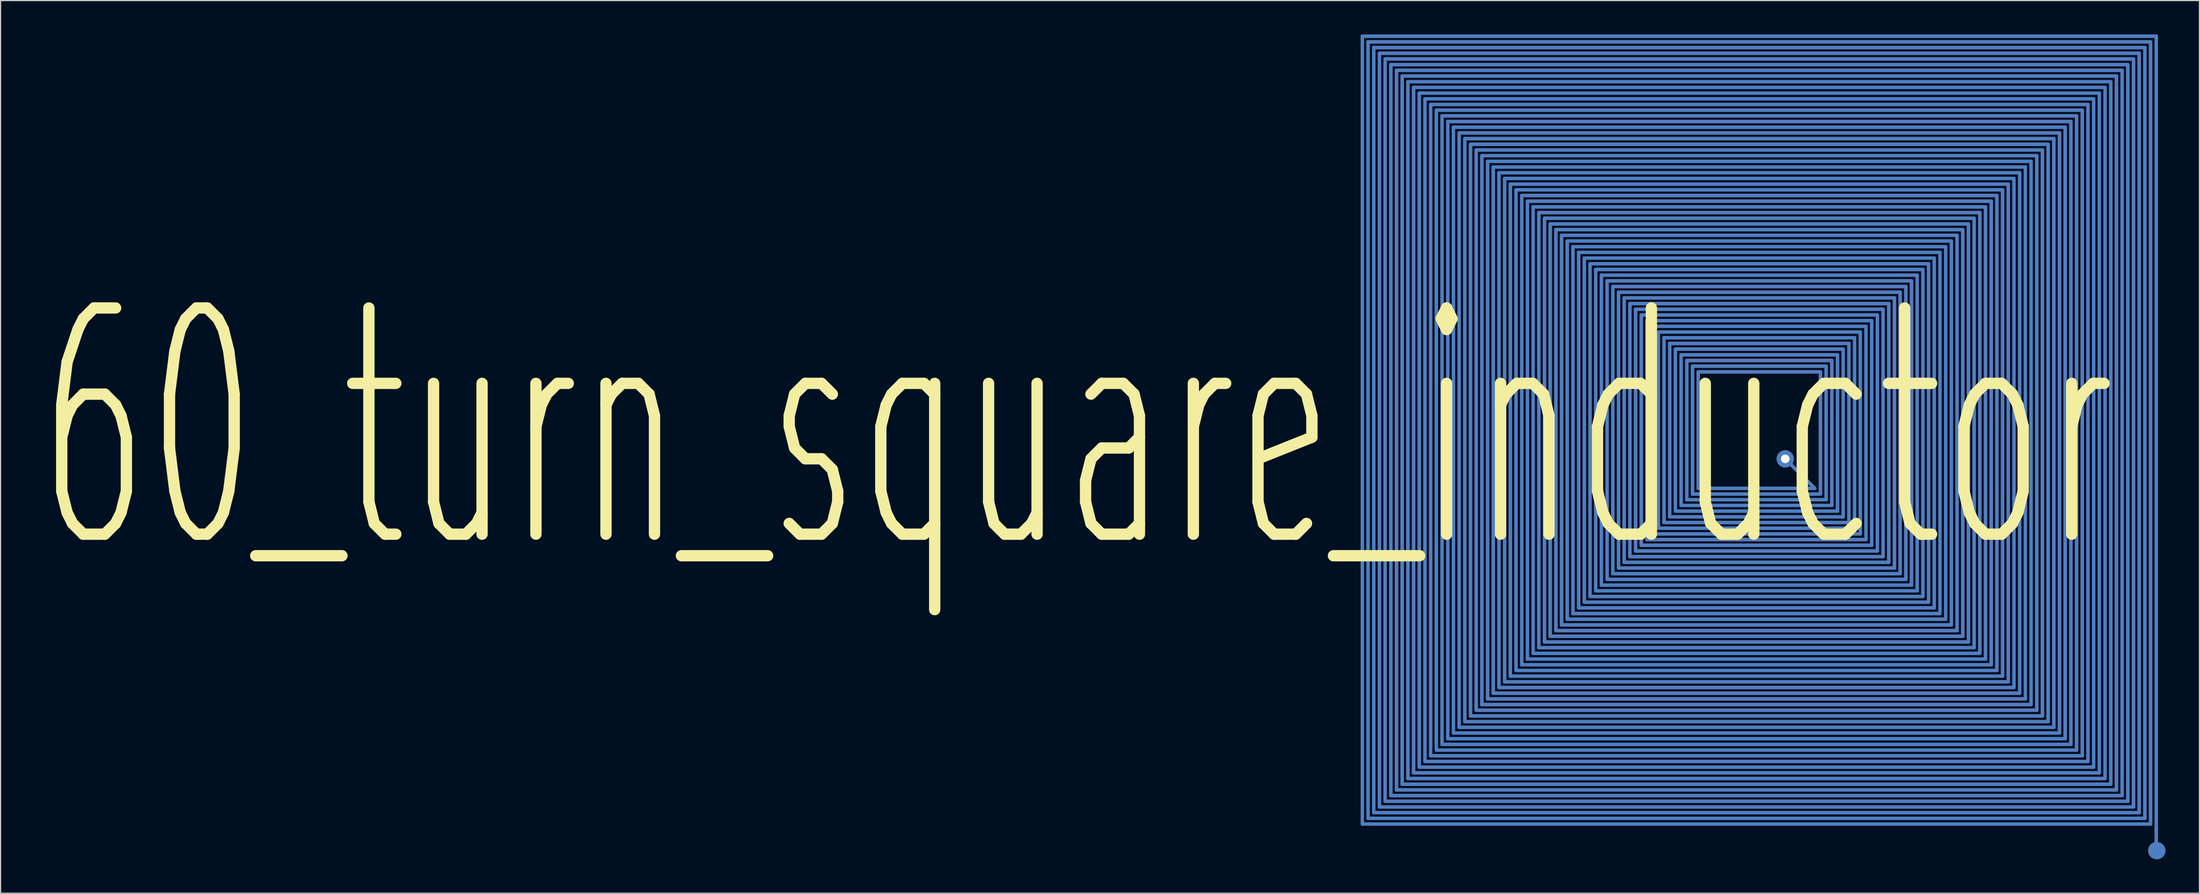
<source format=kicad_pcb>
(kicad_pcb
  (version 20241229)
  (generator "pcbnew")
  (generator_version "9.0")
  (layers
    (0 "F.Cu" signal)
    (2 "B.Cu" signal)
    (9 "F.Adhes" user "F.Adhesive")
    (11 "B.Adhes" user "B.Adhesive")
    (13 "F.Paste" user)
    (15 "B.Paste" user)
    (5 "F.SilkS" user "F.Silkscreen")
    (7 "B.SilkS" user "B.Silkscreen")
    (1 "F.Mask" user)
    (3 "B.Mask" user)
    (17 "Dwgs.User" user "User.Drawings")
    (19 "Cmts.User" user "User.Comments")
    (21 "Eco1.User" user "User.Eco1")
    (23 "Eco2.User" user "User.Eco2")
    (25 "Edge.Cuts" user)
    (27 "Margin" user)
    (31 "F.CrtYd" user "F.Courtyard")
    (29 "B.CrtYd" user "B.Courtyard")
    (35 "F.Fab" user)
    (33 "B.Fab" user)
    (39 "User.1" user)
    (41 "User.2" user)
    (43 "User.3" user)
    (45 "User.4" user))
  (footprint "60_turn_square_inductor"
    (layer "F.Cu")
    (at 152.167 34.977)
    (property "Reference" "60_turn_square_inductor" (at -60 0 0) (layer "F.SilkS") (effects (font (size 20 10) (thickness 1))))
    (fp_line (start -34.827 -34.827) (end 35.33 -34.827) (stroke (width 0.3) (type solid)) (layer "F.Cu"))
    (fp_line (start -34.827 34.827) (end -34.827 -34.827) (stroke (width 0.3) (type solid)) (layer "F.Cu"))
    (fp_line (start -34.324 -34.324) (end 34.827 -34.324) (stroke (width 0.3) (type solid)) (layer "F.Cu"))
    (fp_line (start -34.324 34.324) (end -34.324 -34.324) (stroke (width 0.3) (type solid)) (layer "F.Cu"))
    (fp_line (start -33.821 -33.821) (end 34.324 -33.821) (stroke (width 0.3) (type solid)) (layer "F.Cu"))
    (fp_line (start -33.821 33.821) (end -33.821 -33.821) (stroke (width 0.3) (type solid)) (layer "F.Cu"))
    (fp_line (start -33.318 -33.318) (end 33.821 -33.318) (stroke (width 0.3) (type solid)) (layer "F.Cu"))
    (fp_line (start -33.318 33.318) (end -33.318 -33.318) (stroke (width 0.3) (type solid)) (layer "F.Cu"))
    (fp_line (start -32.815 -32.815) (end 33.318 -32.815) (stroke (width 0.3) (type solid)) (layer "F.Cu"))
    (fp_line (start -32.815 32.815) (end -32.815 -32.815) (stroke (width 0.3) (type solid)) (layer "F.Cu"))
    (fp_line (start -32.312 -32.312) (end 32.815 -32.312) (stroke (width 0.3) (type solid)) (layer "F.Cu"))
    (fp_line (start -32.312 32.312) (end -32.312 -32.312) (stroke (width 0.3) (type solid)) (layer "F.Cu"))
    (fp_line (start -31.809 -31.809) (end 32.312 -31.809) (stroke (width 0.3) (type solid)) (layer "F.Cu"))
    (fp_line (start -31.809 31.809) (end -31.809 -31.809) (stroke (width 0.3) (type solid)) (layer "F.Cu"))
    (fp_line (start -31.306 -31.306) (end 31.809 -31.306) (stroke (width 0.3) (type solid)) (layer "F.Cu"))
    (fp_line (start -31.306 31.306) (end -31.306 -31.306) (stroke (width 0.3) (type solid)) (layer "F.Cu"))
    (fp_line (start -30.803 -30.803) (end 31.306 -30.803) (stroke (width 0.3) (type solid)) (layer "F.Cu"))
    (fp_line (start -30.803 30.803) (end -30.803 -30.803) (stroke (width 0.3) (type solid)) (layer "F.Cu"))
    (fp_line (start -30.3 -30.3) (end 30.803 -30.3) (stroke (width 0.3) (type solid)) (layer "F.Cu"))
    (fp_line (start -30.3 30.3) (end -30.3 -30.3) (stroke (width 0.3) (type solid)) (layer "F.Cu"))
    (fp_line (start -29.797 -29.797) (end 30.3 -29.797) (stroke (width 0.3) (type solid)) (layer "F.Cu"))
    (fp_line (start -29.797 29.797) (end -29.797 -29.797) (stroke (width 0.3) (type solid)) (layer "F.Cu"))
    (fp_line (start -29.294 -29.294) (end 29.797 -29.294) (stroke (width 0.3) (type solid)) (layer "F.Cu"))
    (fp_line (start -29.294 29.294) (end -29.294 -29.294) (stroke (width 0.3) (type solid)) (layer "F.Cu"))
    (fp_line (start -28.791 -28.791) (end 29.294 -28.791) (stroke (width 0.3) (type solid)) (layer "F.Cu"))
    (fp_line (start -28.791 28.791) (end -28.791 -28.791) (stroke (width 0.3) (type solid)) (layer "F.Cu"))
    (fp_line (start -28.288 -28.288) (end 28.791 -28.288) (stroke (width 0.3) (type solid)) (layer "F.Cu"))
    (fp_line (start -28.288 28.288) (end -28.288 -28.288) (stroke (width 0.3) (type solid)) (layer "F.Cu"))
    (fp_line (start -27.785 -27.785) (end 28.288 -27.785) (stroke (width 0.3) (type solid)) (layer "F.Cu"))
    (fp_line (start -27.785 27.785) (end -27.785 -27.785) (stroke (width 0.3) (type solid)) (layer "F.Cu"))
    (fp_line (start -27.282 -27.282) (end 27.785 -27.282) (stroke (width 0.3) (type solid)) (layer "F.Cu"))
    (fp_line (start -27.282 27.282) (end -27.282 -27.282) (stroke (width 0.3) (type solid)) (layer "F.Cu"))
    (fp_line (start -26.779 -26.779) (end 27.282 -26.779) (stroke (width 0.3) (type solid)) (layer "F.Cu"))
    (fp_line (start -26.779 26.779) (end -26.779 -26.779) (stroke (width 0.3) (type solid)) (layer "F.Cu"))
    (fp_line (start -26.276 -26.276) (end 26.779 -26.276) (stroke (width 0.3) (type solid)) (layer "F.Cu"))
    (fp_line (start -26.276 26.276) (end -26.276 -26.276) (stroke (width 0.3) (type solid)) (layer "F.Cu"))
    (fp_line (start -25.773 -25.773) (end 26.276 -25.773) (stroke (width 0.3) (type solid)) (layer "F.Cu"))
    (fp_line (start -25.773 25.773) (end -25.773 -25.773) (stroke (width 0.3) (type solid)) (layer "F.Cu"))
    (fp_line (start -25.27 -25.27) (end 25.773 -25.27) (stroke (width 0.3) (type solid)) (layer "F.Cu"))
    (fp_line (start -25.27 25.27) (end -25.27 -25.27) (stroke (width 0.3) (type solid)) (layer "F.Cu"))
    (fp_line (start -24.767 -24.767) (end 25.27 -24.767) (stroke (width 0.3) (type solid)) (layer "F.Cu"))
    (fp_line (start -24.767 24.767) (end -24.767 -24.767) (stroke (width 0.3) (type solid)) (layer "F.Cu"))
    (fp_line (start -24.264 -24.264) (end 24.767 -24.264) (stroke (width 0.3) (type solid)) (layer "F.Cu"))
    (fp_line (start -24.264 24.264) (end -24.264 -24.264) (stroke (width 0.3) (type solid)) (layer "F.Cu"))
    (fp_line (start -23.761 -23.761) (end 24.264 -23.761) (stroke (width 0.3) (type solid)) (layer "F.Cu"))
    (fp_line (start -23.761 23.761) (end -23.761 -23.761) (stroke (width 0.3) (type solid)) (layer "F.Cu"))
    (fp_line (start -23.258 -23.258) (end 23.761 -23.258) (stroke (width 0.3) (type solid)) (layer "F.Cu"))
    (fp_line (start -23.258 23.258) (end -23.258 -23.258) (stroke (width 0.3) (type solid)) (layer "F.Cu"))
    (fp_line (start -22.755 -22.755) (end 23.258 -22.755) (stroke (width 0.3) (type solid)) (layer "F.Cu"))
    (fp_line (start -22.755 22.755) (end -22.755 -22.755) (stroke (width 0.3) (type solid)) (layer "F.Cu"))
    (fp_line (start -22.252 -22.252) (end 22.755 -22.252) (stroke (width 0.3) (type solid)) (layer "F.Cu"))
    (fp_line (start -22.252 22.252) (end -22.252 -22.252) (stroke (width 0.3) (type solid)) (layer "F.Cu"))
    (fp_line (start -21.749 -21.749) (end 22.252 -21.749) (stroke (width 0.3) (type solid)) (layer "F.Cu"))
    (fp_line (start -21.749 21.749) (end -21.749 -21.749) (stroke (width 0.3) (type solid)) (layer "F.Cu"))
    (fp_line (start -21.246 -21.246) (end 21.749 -21.246) (stroke (width 0.3) (type solid)) (layer "F.Cu"))
    (fp_line (start -21.246 21.246) (end -21.246 -21.246) (stroke (width 0.3) (type solid)) (layer "F.Cu"))
    (fp_line (start -20.743 -20.743) (end 21.246 -20.743) (stroke (width 0.3) (type solid)) (layer "F.Cu"))
    (fp_line (start -20.743 20.743) (end -20.743 -20.743) (stroke (width 0.3) (type solid)) (layer "F.Cu"))
    (fp_line (start -20.24 -20.24) (end 20.743 -20.24) (stroke (width 0.3) (type solid)) (layer "F.Cu"))
    (fp_line (start -20.24 20.24) (end -20.24 -20.24) (stroke (width 0.3) (type solid)) (layer "F.Cu"))
    (fp_line (start -19.737 -19.737) (end 20.24 -19.737) (stroke (width 0.3) (type solid)) (layer "F.Cu"))
    (fp_line (start -19.737 19.737) (end -19.737 -19.737) (stroke (width 0.3) (type solid)) (layer "F.Cu"))
    (fp_line (start -19.234 -19.234) (end 19.737 -19.234) (stroke (width 0.3) (type solid)) (layer "F.Cu"))
    (fp_line (start -19.234 19.234) (end -19.234 -19.234) (stroke (width 0.3) (type solid)) (layer "F.Cu"))
    (fp_line (start -18.731 -18.731) (end 19.234 -18.731) (stroke (width 0.3) (type solid)) (layer "F.Cu"))
    (fp_line (start -18.731 18.731) (end -18.731 -18.731) (stroke (width 0.3) (type solid)) (layer "F.Cu"))
    (fp_line (start -18.228 -18.228) (end 18.731 -18.228) (stroke (width 0.3) (type solid)) (layer "F.Cu"))
    (fp_line (start -18.228 18.228) (end -18.228 -18.228) (stroke (width 0.3) (type solid)) (layer "F.Cu"))
    (fp_line (start -17.725 -17.725) (end 18.228 -17.725) (stroke (width 0.3) (type solid)) (layer "F.Cu"))
    (fp_line (start -17.725 17.725) (end -17.725 -17.725) (stroke (width 0.3) (type solid)) (layer "F.Cu"))
    (fp_line (start -17.222 -17.222) (end 17.725 -17.222) (stroke (width 0.3) (type solid)) (layer "F.Cu"))
    (fp_line (start -17.222 17.222) (end -17.222 -17.222) (stroke (width 0.3) (type solid)) (layer "F.Cu"))
    (fp_line (start -16.719 -16.719) (end 17.222 -16.719) (stroke (width 0.3) (type solid)) (layer "F.Cu"))
    (fp_line (start -16.719 16.719) (end -16.719 -16.719) (stroke (width 0.3) (type solid)) (layer "F.Cu"))
    (fp_line (start -16.216 -16.216) (end 16.719 -16.216) (stroke (width 0.3) (type solid)) (layer "F.Cu"))
    (fp_line (start -16.216 16.216) (end -16.216 -16.216) (stroke (width 0.3) (type solid)) (layer "F.Cu"))
    (fp_line (start -15.713 -15.713) (end 16.216 -15.713) (stroke (width 0.3) (type solid)) (layer "F.Cu"))
    (fp_line (start -15.713 15.713) (end -15.713 -15.713) (stroke (width 0.3) (type solid)) (layer "F.Cu"))
    (fp_line (start -15.21 -15.21) (end 15.713 -15.21) (stroke (width 0.3) (type solid)) (layer "F.Cu"))
    (fp_line (start -15.21 15.21) (end -15.21 -15.21) (stroke (width 0.3) (type solid)) (layer "F.Cu"))
    (fp_line (start -14.707 -14.707) (end 15.21 -14.707) (stroke (width 0.3) (type solid)) (layer "F.Cu"))
    (fp_line (start -14.707 14.707) (end -14.707 -14.707) (stroke (width 0.3) (type solid)) (layer "F.Cu"))
    (fp_line (start -14.204 -14.204) (end 14.707 -14.204) (stroke (width 0.3) (type solid)) (layer "F.Cu"))
    (fp_line (start -14.204 14.204) (end -14.204 -14.204) (stroke (width 0.3) (type solid)) (layer "F.Cu"))
    (fp_line (start -13.701 -13.701) (end 14.204 -13.701) (stroke (width 0.3) (type solid)) (layer "F.Cu"))
    (fp_line (start -13.701 13.701) (end -13.701 -13.701) (stroke (width 0.3) (type solid)) (layer "F.Cu"))
    (fp_line (start -13.198 -13.198) (end 13.701 -13.198) (stroke (width 0.3) (type solid)) (layer "F.Cu"))
    (fp_line (start -13.198 13.198) (end -13.198 -13.198) (stroke (width 0.3) (type solid)) (layer "F.Cu"))
    (fp_line (start -12.695 -12.695) (end 13.198 -12.695) (stroke (width 0.3) (type solid)) (layer "F.Cu"))
    (fp_line (start -12.695 12.695) (end -12.695 -12.695) (stroke (width 0.3) (type solid)) (layer "F.Cu"))
    (fp_line (start -12.192 -12.192) (end 12.695 -12.192) (stroke (width 0.3) (type solid)) (layer "F.Cu"))
    (fp_line (start -12.192 12.192) (end -12.192 -12.192) (stroke (width 0.3) (type solid)) (layer "F.Cu"))
    (fp_line (start -11.689 -11.689) (end 12.192 -11.689) (stroke (width 0.3) (type solid)) (layer "F.Cu"))
    (fp_line (start -11.689 11.689) (end -11.689 -11.689) (stroke (width 0.3) (type solid)) (layer "F.Cu"))
    (fp_line (start -11.186 -11.186) (end 11.689 -11.186) (stroke (width 0.3) (type solid)) (layer "F.Cu"))
    (fp_line (start -11.186 11.186) (end -11.186 -11.186) (stroke (width 0.3) (type solid)) (layer "F.Cu"))
    (fp_line (start -10.683 -10.683) (end 11.186 -10.683) (stroke (width 0.3) (type solid)) (layer "F.Cu"))
    (fp_line (start -10.683 10.683) (end -10.683 -10.683) (stroke (width 0.3) (type solid)) (layer "F.Cu"))
    (fp_line (start -10.18 -10.18) (end 10.683 -10.18) (stroke (width 0.3) (type solid)) (layer "F.Cu"))
    (fp_line (start -10.18 10.18) (end -10.18 -10.18) (stroke (width 0.3) (type solid)) (layer "F.Cu"))
    (fp_line (start -9.677 -9.677) (end 10.18 -9.677) (stroke (width 0.3) (type solid)) (layer "F.Cu"))
    (fp_line (start -9.677 9.677) (end -9.677 -9.677) (stroke (width 0.3) (type solid)) (layer "F.Cu"))
    (fp_line (start -9.174 -9.174) (end 9.677 -9.174) (stroke (width 0.3) (type solid)) (layer "F.Cu"))
    (fp_line (start -9.174 9.174) (end -9.174 -9.174) (stroke (width 0.3) (type solid)) (layer "F.Cu"))
    (fp_line (start -8.671 -8.671) (end 9.174 -8.671) (stroke (width 0.3) (type solid)) (layer "F.Cu"))
    (fp_line (start -8.671 8.671) (end -8.671 -8.671) (stroke (width 0.3) (type solid)) (layer "F.Cu"))
    (fp_line (start -8.168 -8.168) (end 8.671 -8.168) (stroke (width 0.3) (type solid)) (layer "F.Cu"))
    (fp_line (start -8.168 8.168) (end -8.168 -8.168) (stroke (width 0.3) (type solid)) (layer "F.Cu"))
    (fp_line (start -7.665 -7.665) (end 8.168 -7.665) (stroke (width 0.3) (type solid)) (layer "F.Cu"))
    (fp_line (start -7.665 7.665) (end -7.665 -7.665) (stroke (width 0.3) (type solid)) (layer "F.Cu"))
    (fp_line (start -7.162 -7.162) (end 7.665 -7.162) (stroke (width 0.3) (type solid)) (layer "F.Cu"))
    (fp_line (start -7.162 7.162) (end -7.162 -7.162) (stroke (width 0.3) (type solid)) (layer "F.Cu"))
    (fp_line (start -6.659 -6.659) (end 7.162 -6.659) (stroke (width 0.3) (type solid)) (layer "F.Cu"))
    (fp_line (start -6.659 6.659) (end -6.659 -6.659) (stroke (width 0.3) (type solid)) (layer "F.Cu"))
    (fp_line (start -6.156 -6.156) (end 6.659 -6.156) (stroke (width 0.3) (type solid)) (layer "F.Cu"))
    (fp_line (start -6.156 6.156) (end -6.156 -6.156) (stroke (width 0.3) (type solid)) (layer "F.Cu"))
    (fp_line (start -5.653 -5.653) (end 6.156 -5.653) (stroke (width 0.3) (type solid)) (layer "F.Cu"))
    (fp_line (start -5.653 5.653) (end -5.653 -5.653) (stroke (width 0.3) (type solid)) (layer "F.Cu"))
    (fp_line (start -5.15 -5.15) (end 5.653 -5.15) (stroke (width 0.3) (type solid)) (layer "F.Cu"))
    (fp_line (start -5.15 5.15) (end -5.15 -5.15) (stroke (width 0.3) (type solid)) (layer "F.Cu"))
    (fp_line (start 2.54 2.54) (end 5.15 5.15) (stroke (width 0.3) (type solid)) (layer "F.Cu"))
    (fp_line (start 5.15 5.15) (end -5.15 5.15) (stroke (width 0.3) (type solid)) (layer "F.Cu"))
    (fp_line (start 5.653 -5.15) (end 5.653 5.653) (stroke (width 0.3) (type solid)) (layer "F.Cu"))
    (fp_line (start 5.653 5.653) (end -5.653 5.653) (stroke (width 0.3) (type solid)) (layer "F.Cu"))
    (fp_line (start 6.156 -5.653) (end 6.156 6.156) (stroke (width 0.3) (type solid)) (layer "F.Cu"))
    (fp_line (start 6.156 6.156) (end -6.156 6.156) (stroke (width 0.3) (type solid)) (layer "F.Cu"))
    (fp_line (start 6.659 -6.156) (end 6.659 6.659) (stroke (width 0.3) (type solid)) (layer "F.Cu"))
    (fp_line (start 6.659 6.659) (end -6.659 6.659) (stroke (width 0.3) (type solid)) (layer "F.Cu"))
    (fp_line (start 7.162 -6.659) (end 7.162 7.162) (stroke (width 0.3) (type solid)) (layer "F.Cu"))
    (fp_line (start 7.162 7.162) (end -7.162 7.162) (stroke (width 0.3) (type solid)) (layer "F.Cu"))
    (fp_line (start 7.665 -7.162) (end 7.665 7.665) (stroke (width 0.3) (type solid)) (layer "F.Cu"))
    (fp_line (start 7.665 7.665) (end -7.665 7.665) (stroke (width 0.3) (type solid)) (layer "F.Cu"))
    (fp_line (start 8.168 -7.665) (end 8.168 8.168) (stroke (width 0.3) (type solid)) (layer "F.Cu"))
    (fp_line (start 8.168 8.168) (end -8.168 8.168) (stroke (width 0.3) (type solid)) (layer "F.Cu"))
    (fp_line (start 8.671 -8.168) (end 8.671 8.671) (stroke (width 0.3) (type solid)) (layer "F.Cu"))
    (fp_line (start 8.671 8.671) (end -8.671 8.671) (stroke (width 0.3) (type solid)) (layer "F.Cu"))
    (fp_line (start 9.174 -8.671) (end 9.174 9.174) (stroke (width 0.3) (type solid)) (layer "F.Cu"))
    (fp_line (start 9.174 9.174) (end -9.174 9.174) (stroke (width 0.3) (type solid)) (layer "F.Cu"))
    (fp_line (start 9.677 -9.174) (end 9.677 9.677) (stroke (width 0.3) (type solid)) (layer "F.Cu"))
    (fp_line (start 9.677 9.677) (end -9.677 9.677) (stroke (width 0.3) (type solid)) (layer "F.Cu"))
    (fp_line (start 10.18 -9.677) (end 10.18 10.18) (stroke (width 0.3) (type solid)) (layer "F.Cu"))
    (fp_line (start 10.18 10.18) (end -10.18 10.18) (stroke (width 0.3) (type solid)) (layer "F.Cu"))
    (fp_line (start 10.683 -10.18) (end 10.683 10.683) (stroke (width 0.3) (type solid)) (layer "F.Cu"))
    (fp_line (start 10.683 10.683) (end -10.683 10.683) (stroke (width 0.3) (type solid)) (layer "F.Cu"))
    (fp_line (start 11.186 -10.683) (end 11.186 11.186) (stroke (width 0.3) (type solid)) (layer "F.Cu"))
    (fp_line (start 11.186 11.186) (end -11.186 11.186) (stroke (width 0.3) (type solid)) (layer "F.Cu"))
    (fp_line (start 11.689 -11.186) (end 11.689 11.689) (stroke (width 0.3) (type solid)) (layer "F.Cu"))
    (fp_line (start 11.689 11.689) (end -11.689 11.689) (stroke (width 0.3) (type solid)) (layer "F.Cu"))
    (fp_line (start 12.192 -11.689) (end 12.192 12.192) (stroke (width 0.3) (type solid)) (layer "F.Cu"))
    (fp_line (start 12.192 12.192) (end -12.192 12.192) (stroke (width 0.3) (type solid)) (layer "F.Cu"))
    (fp_line (start 12.695 -12.192) (end 12.695 12.695) (stroke (width 0.3) (type solid)) (layer "F.Cu"))
    (fp_line (start 12.695 12.695) (end -12.695 12.695) (stroke (width 0.3) (type solid)) (layer "F.Cu"))
    (fp_line (start 13.198 -12.695) (end 13.198 13.198) (stroke (width 0.3) (type solid)) (layer "F.Cu"))
    (fp_line (start 13.198 13.198) (end -13.198 13.198) (stroke (width 0.3) (type solid)) (layer "F.Cu"))
    (fp_line (start 13.701 -13.198) (end 13.701 13.701) (stroke (width 0.3) (type solid)) (layer "F.Cu"))
    (fp_line (start 13.701 13.701) (end -13.701 13.701) (stroke (width 0.3) (type solid)) (layer "F.Cu"))
    (fp_line (start 14.204 -13.701) (end 14.204 14.204) (stroke (width 0.3) (type solid)) (layer "F.Cu"))
    (fp_line (start 14.204 14.204) (end -14.204 14.204) (stroke (width 0.3) (type solid)) (layer "F.Cu"))
    (fp_line (start 14.707 -14.204) (end 14.707 14.707) (stroke (width 0.3) (type solid)) (layer "F.Cu"))
    (fp_line (start 14.707 14.707) (end -14.707 14.707) (stroke (width 0.3) (type solid)) (layer "F.Cu"))
    (fp_line (start 15.21 -14.707) (end 15.21 15.21) (stroke (width 0.3) (type solid)) (layer "F.Cu"))
    (fp_line (start 15.21 15.21) (end -15.21 15.21) (stroke (width 0.3) (type solid)) (layer "F.Cu"))
    (fp_line (start 15.713 -15.21) (end 15.713 15.713) (stroke (width 0.3) (type solid)) (layer "F.Cu"))
    (fp_line (start 15.713 15.713) (end -15.713 15.713) (stroke (width 0.3) (type solid)) (layer "F.Cu"))
    (fp_line (start 16.216 -15.713) (end 16.216 16.216) (stroke (width 0.3) (type solid)) (layer "F.Cu"))
    (fp_line (start 16.216 16.216) (end -16.216 16.216) (stroke (width 0.3) (type solid)) (layer "F.Cu"))
    (fp_line (start 16.719 -16.216) (end 16.719 16.719) (stroke (width 0.3) (type solid)) (layer "F.Cu"))
    (fp_line (start 16.719 16.719) (end -16.719 16.719) (stroke (width 0.3) (type solid)) (layer "F.Cu"))
    (fp_line (start 17.222 -16.719) (end 17.222 17.222) (stroke (width 0.3) (type solid)) (layer "F.Cu"))
    (fp_line (start 17.222 17.222) (end -17.222 17.222) (stroke (width 0.3) (type solid)) (layer "F.Cu"))
    (fp_line (start 17.725 -17.222) (end 17.725 17.725) (stroke (width 0.3) (type solid)) (layer "F.Cu"))
    (fp_line (start 17.725 17.725) (end -17.725 17.725) (stroke (width 0.3) (type solid)) (layer "F.Cu"))
    (fp_line (start 18.228 -17.725) (end 18.228 18.228) (stroke (width 0.3) (type solid)) (layer "F.Cu"))
    (fp_line (start 18.228 18.228) (end -18.228 18.228) (stroke (width 0.3) (type solid)) (layer "F.Cu"))
    (fp_line (start 18.731 -18.228) (end 18.731 18.731) (stroke (width 0.3) (type solid)) (layer "F.Cu"))
    (fp_line (start 18.731 18.731) (end -18.731 18.731) (stroke (width 0.3) (type solid)) (layer "F.Cu"))
    (fp_line (start 19.234 -18.731) (end 19.234 19.234) (stroke (width 0.3) (type solid)) (layer "F.Cu"))
    (fp_line (start 19.234 19.234) (end -19.234 19.234) (stroke (width 0.3) (type solid)) (layer "F.Cu"))
    (fp_line (start 19.737 -19.234) (end 19.737 19.737) (stroke (width 0.3) (type solid)) (layer "F.Cu"))
    (fp_line (start 19.737 19.737) (end -19.737 19.737) (stroke (width 0.3) (type solid)) (layer "F.Cu"))
    (fp_line (start 20.24 -19.737) (end 20.24 20.24) (stroke (width 0.3) (type solid)) (layer "F.Cu"))
    (fp_line (start 20.24 20.24) (end -20.24 20.24) (stroke (width 0.3) (type solid)) (layer "F.Cu"))
    (fp_line (start 20.743 -20.24) (end 20.743 20.743) (stroke (width 0.3) (type solid)) (layer "F.Cu"))
    (fp_line (start 20.743 20.743) (end -20.743 20.743) (stroke (width 0.3) (type solid)) (layer "F.Cu"))
    (fp_line (start 21.246 -20.743) (end 21.246 21.246) (stroke (width 0.3) (type solid)) (layer "F.Cu"))
    (fp_line (start 21.246 21.246) (end -21.246 21.246) (stroke (width 0.3) (type solid)) (layer "F.Cu"))
    (fp_line (start 21.749 -21.246) (end 21.749 21.749) (stroke (width 0.3) (type solid)) (layer "F.Cu"))
    (fp_line (start 21.749 21.749) (end -21.749 21.749) (stroke (width 0.3) (type solid)) (layer "F.Cu"))
    (fp_line (start 22.252 -21.749) (end 22.252 22.252) (stroke (width 0.3) (type solid)) (layer "F.Cu"))
    (fp_line (start 22.252 22.252) (end -22.252 22.252) (stroke (width 0.3) (type solid)) (layer "F.Cu"))
    (fp_line (start 22.755 -22.252) (end 22.755 22.755) (stroke (width 0.3) (type solid)) (layer "F.Cu"))
    (fp_line (start 22.755 22.755) (end -22.755 22.755) (stroke (width 0.3) (type solid)) (layer "F.Cu"))
    (fp_line (start 23.258 -22.755) (end 23.258 23.258) (stroke (width 0.3) (type solid)) (layer "F.Cu"))
    (fp_line (start 23.258 23.258) (end -23.258 23.258) (stroke (width 0.3) (type solid)) (layer "F.Cu"))
    (fp_line (start 23.761 -23.258) (end 23.761 23.761) (stroke (width 0.3) (type solid)) (layer "F.Cu"))
    (fp_line (start 23.761 23.761) (end -23.761 23.761) (stroke (width 0.3) (type solid)) (layer "F.Cu"))
    (fp_line (start 24.264 -23.761) (end 24.264 24.264) (stroke (width 0.3) (type solid)) (layer "F.Cu"))
    (fp_line (start 24.264 24.264) (end -24.264 24.264) (stroke (width 0.3) (type solid)) (layer "F.Cu"))
    (fp_line (start 24.767 -24.264) (end 24.767 24.767) (stroke (width 0.3) (type solid)) (layer "F.Cu"))
    (fp_line (start 24.767 24.767) (end -24.767 24.767) (stroke (width 0.3) (type solid)) (layer "F.Cu"))
    (fp_line (start 25.27 -24.767) (end 25.27 25.27) (stroke (width 0.3) (type solid)) (layer "F.Cu"))
    (fp_line (start 25.27 25.27) (end -25.27 25.27) (stroke (width 0.3) (type solid)) (layer "F.Cu"))
    (fp_line (start 25.773 -25.27) (end 25.773 25.773) (stroke (width 0.3) (type solid)) (layer "F.Cu"))
    (fp_line (start 25.773 25.773) (end -25.773 25.773) (stroke (width 0.3) (type solid)) (layer "F.Cu"))
    (fp_line (start 26.276 -25.773) (end 26.276 26.276) (stroke (width 0.3) (type solid)) (layer "F.Cu"))
    (fp_line (start 26.276 26.276) (end -26.276 26.276) (stroke (width 0.3) (type solid)) (layer "F.Cu"))
    (fp_line (start 26.779 -26.276) (end 26.779 26.779) (stroke (width 0.3) (type solid)) (layer "F.Cu"))
    (fp_line (start 26.779 26.779) (end -26.779 26.779) (stroke (width 0.3) (type solid)) (layer "F.Cu"))
    (fp_line (start 27.282 -26.779) (end 27.282 27.282) (stroke (width 0.3) (type solid)) (layer "F.Cu"))
    (fp_line (start 27.282 27.282) (end -27.282 27.282) (stroke (width 0.3) (type solid)) (layer "F.Cu"))
    (fp_line (start 27.785 -27.282) (end 27.785 27.785) (stroke (width 0.3) (type solid)) (layer "F.Cu"))
    (fp_line (start 27.785 27.785) (end -27.785 27.785) (stroke (width 0.3) (type solid)) (layer "F.Cu"))
    (fp_line (start 28.288 -27.785) (end 28.288 28.288) (stroke (width 0.3) (type solid)) (layer "F.Cu"))
    (fp_line (start 28.288 28.288) (end -28.288 28.288) (stroke (width 0.3) (type solid)) (layer "F.Cu"))
    (fp_line (start 28.791 -28.288) (end 28.791 28.791) (stroke (width 0.3) (type solid)) (layer "F.Cu"))
    (fp_line (start 28.791 28.791) (end -28.791 28.791) (stroke (width 0.3) (type solid)) (layer "F.Cu"))
    (fp_line (start 29.294 -28.791) (end 29.294 29.294) (stroke (width 0.3) (type solid)) (layer "F.Cu"))
    (fp_line (start 29.294 29.294) (end -29.294 29.294) (stroke (width 0.3) (type solid)) (layer "F.Cu"))
    (fp_line (start 29.797 -29.294) (end 29.797 29.797) (stroke (width 0.3) (type solid)) (layer "F.Cu"))
    (fp_line (start 29.797 29.797) (end -29.797 29.797) (stroke (width 0.3) (type solid)) (layer "F.Cu"))
    (fp_line (start 30.3 -29.797) (end 30.3 30.3) (stroke (width 0.3) (type solid)) (layer "F.Cu"))
    (fp_line (start 30.3 30.3) (end -30.3 30.3) (stroke (width 0.3) (type solid)) (layer "F.Cu"))
    (fp_line (start 30.803 -30.3) (end 30.803 30.803) (stroke (width 0.3) (type solid)) (layer "F.Cu"))
    (fp_line (start 30.803 30.803) (end -30.803 30.803) (stroke (width 0.3) (type solid)) (layer "F.Cu"))
    (fp_line (start 31.306 -30.803) (end 31.306 31.306) (stroke (width 0.3) (type solid)) (layer "F.Cu"))
    (fp_line (start 31.306 31.306) (end -31.306 31.306) (stroke (width 0.3) (type solid)) (layer "F.Cu"))
    (fp_line (start 31.809 -31.306) (end 31.809 31.809) (stroke (width 0.3) (type solid)) (layer "F.Cu"))
    (fp_line (start 31.809 31.809) (end -31.809 31.809) (stroke (width 0.3) (type solid)) (layer "F.Cu"))
    (fp_line (start 32.312 -31.809) (end 32.312 32.312) (stroke (width 0.3) (type solid)) (layer "F.Cu"))
    (fp_line (start 32.312 32.312) (end -32.312 32.312) (stroke (width 0.3) (type solid)) (layer "F.Cu"))
    (fp_line (start 32.815 -32.312) (end 32.815 32.815) (stroke (width 0.3) (type solid)) (layer "F.Cu"))
    (fp_line (start 32.815 32.815) (end -32.815 32.815) (stroke (width 0.3) (type solid)) (layer "F.Cu"))
    (fp_line (start 33.318 -32.815) (end 33.318 33.318) (stroke (width 0.3) (type solid)) (layer "F.Cu"))
    (fp_line (start 33.318 33.318) (end -33.318 33.318) (stroke (width 0.3) (type solid)) (layer "F.Cu"))
    (fp_line (start 33.821 -33.318) (end 33.821 33.821) (stroke (width 0.3) (type solid)) (layer "F.Cu"))
    (fp_line (start 33.821 33.821) (end -33.821 33.821) (stroke (width 0.3) (type solid)) (layer "F.Cu"))
    (fp_line (start 34.324 -33.821) (end 34.324 34.324) (stroke (width 0.3) (type solid)) (layer "F.Cu"))
    (fp_line (start 34.324 34.324) (end -34.324 34.324) (stroke (width 0.3) (type solid)) (layer "F.Cu"))
    (fp_line (start 34.827 -34.324) (end 34.827 34.827) (stroke (width 0.3) (type solid)) (layer "F.Cu"))
    (fp_line (start 34.827 34.827) (end -34.827 34.827) (stroke (width 0.3) (type solid)) (layer "F.Cu"))
    (fp_line (start 35.33 -34.827) (end 35.33 35.33) (stroke (width 0.3) (type solid)) (layer "F.Cu"))
    (fp_line (start 35.33 37.233) (end 35.33 35.33) (stroke (width 0.3) (type solid)) (layer "F.Cu"))
    (fp_line (start -34.827 -34.827) (end 35.33 -34.827) (stroke (width 0.3) (type solid)) (layer "B.Cu"))
    (fp_line (start -34.827 34.827) (end -34.827 -34.827) (stroke (width 0.3) (type solid)) (layer "B.Cu"))
    (fp_line (start -34.324 -34.324) (end 34.827 -34.324) (stroke (width 0.3) (type solid)) (layer "B.Cu"))
    (fp_line (start -34.324 34.324) (end -34.324 -34.324) (stroke (width 0.3) (type solid)) (layer "B.Cu"))
    (fp_line (start -33.821 -33.821) (end 34.324 -33.821) (stroke (width 0.3) (type solid)) (layer "B.Cu"))
    (fp_line (start -33.821 33.821) (end -33.821 -33.821) (stroke (width 0.3) (type solid)) (layer "B.Cu"))
    (fp_line (start -33.318 -33.318) (end 33.821 -33.318) (stroke (width 0.3) (type solid)) (layer "B.Cu"))
    (fp_line (start -33.318 33.318) (end -33.318 -33.318) (stroke (width 0.3) (type solid)) (layer "B.Cu"))
    (fp_line (start -32.815 -32.815) (end 33.318 -32.815) (stroke (width 0.3) (type solid)) (layer "B.Cu"))
    (fp_line (start -32.815 32.815) (end -32.815 -32.815) (stroke (width 0.3) (type solid)) (layer "B.Cu"))
    (fp_line (start -32.312 -32.312) (end 32.815 -32.312) (stroke (width 0.3) (type solid)) (layer "B.Cu"))
    (fp_line (start -32.312 32.312) (end -32.312 -32.312) (stroke (width 0.3) (type solid)) (layer "B.Cu"))
    (fp_line (start -31.809 -31.809) (end 32.312 -31.809) (stroke (width 0.3) (type solid)) (layer "B.Cu"))
    (fp_line (start -31.809 31.809) (end -31.809 -31.809) (stroke (width 0.3) (type solid)) (layer "B.Cu"))
    (fp_line (start -31.306 -31.306) (end 31.809 -31.306) (stroke (width 0.3) (type solid)) (layer "B.Cu"))
    (fp_line (start -31.306 31.306) (end -31.306 -31.306) (stroke (width 0.3) (type solid)) (layer "B.Cu"))
    (fp_line (start -30.803 -30.803) (end 31.306 -30.803) (stroke (width 0.3) (type solid)) (layer "B.Cu"))
    (fp_line (start -30.803 30.803) (end -30.803 -30.803) (stroke (width 0.3) (type solid)) (layer "B.Cu"))
    (fp_line (start -30.3 -30.3) (end 30.803 -30.3) (stroke (width 0.3) (type solid)) (layer "B.Cu"))
    (fp_line (start -30.3 30.3) (end -30.3 -30.3) (stroke (width 0.3) (type solid)) (layer "B.Cu"))
    (fp_line (start -29.797 -29.797) (end 30.3 -29.797) (stroke (width 0.3) (type solid)) (layer "B.Cu"))
    (fp_line (start -29.797 29.797) (end -29.797 -29.797) (stroke (width 0.3) (type solid)) (layer "B.Cu"))
    (fp_line (start -29.294 -29.294) (end 29.797 -29.294) (stroke (width 0.3) (type solid)) (layer "B.Cu"))
    (fp_line (start -29.294 29.294) (end -29.294 -29.294) (stroke (width 0.3) (type solid)) (layer "B.Cu"))
    (fp_line (start -28.791 -28.791) (end 29.294 -28.791) (stroke (width 0.3) (type solid)) (layer "B.Cu"))
    (fp_line (start -28.791 28.791) (end -28.791 -28.791) (stroke (width 0.3) (type solid)) (layer "B.Cu"))
    (fp_line (start -28.288 -28.288) (end 28.791 -28.288) (stroke (width 0.3) (type solid)) (layer "B.Cu"))
    (fp_line (start -28.288 28.288) (end -28.288 -28.288) (stroke (width 0.3) (type solid)) (layer "B.Cu"))
    (fp_line (start -27.785 -27.785) (end 28.288 -27.785) (stroke (width 0.3) (type solid)) (layer "B.Cu"))
    (fp_line (start -27.785 27.785) (end -27.785 -27.785) (stroke (width 0.3) (type solid)) (layer "B.Cu"))
    (fp_line (start -27.282 -27.282) (end 27.785 -27.282) (stroke (width 0.3) (type solid)) (layer "B.Cu"))
    (fp_line (start -27.282 27.282) (end -27.282 -27.282) (stroke (width 0.3) (type solid)) (layer "B.Cu"))
    (fp_line (start -26.779 -26.779) (end 27.282 -26.779) (stroke (width 0.3) (type solid)) (layer "B.Cu"))
    (fp_line (start -26.779 26.779) (end -26.779 -26.779) (stroke (width 0.3) (type solid)) (layer "B.Cu"))
    (fp_line (start -26.276 -26.276) (end 26.779 -26.276) (stroke (width 0.3) (type solid)) (layer "B.Cu"))
    (fp_line (start -26.276 26.276) (end -26.276 -26.276) (stroke (width 0.3) (type solid)) (layer "B.Cu"))
    (fp_line (start -25.773 -25.773) (end 26.276 -25.773) (stroke (width 0.3) (type solid)) (layer "B.Cu"))
    (fp_line (start -25.773 25.773) (end -25.773 -25.773) (stroke (width 0.3) (type solid)) (layer "B.Cu"))
    (fp_line (start -25.27 -25.27) (end 25.773 -25.27) (stroke (width 0.3) (type solid)) (layer "B.Cu"))
    (fp_line (start -25.27 25.27) (end -25.27 -25.27) (stroke (width 0.3) (type solid)) (layer "B.Cu"))
    (fp_line (start -24.767 -24.767) (end 25.27 -24.767) (stroke (width 0.3) (type solid)) (layer "B.Cu"))
    (fp_line (start -24.767 24.767) (end -24.767 -24.767) (stroke (width 0.3) (type solid)) (layer "B.Cu"))
    (fp_line (start -24.264 -24.264) (end 24.767 -24.264) (stroke (width 0.3) (type solid)) (layer "B.Cu"))
    (fp_line (start -24.264 24.264) (end -24.264 -24.264) (stroke (width 0.3) (type solid)) (layer "B.Cu"))
    (fp_line (start -23.761 -23.761) (end 24.264 -23.761) (stroke (width 0.3) (type solid)) (layer "B.Cu"))
    (fp_line (start -23.761 23.761) (end -23.761 -23.761) (stroke (width 0.3) (type solid)) (layer "B.Cu"))
    (fp_line (start -23.258 -23.258) (end 23.761 -23.258) (stroke (width 0.3) (type solid)) (layer "B.Cu"))
    (fp_line (start -23.258 23.258) (end -23.258 -23.258) (stroke (width 0.3) (type solid)) (layer "B.Cu"))
    (fp_line (start -22.755 -22.755) (end 23.258 -22.755) (stroke (width 0.3) (type solid)) (layer "B.Cu"))
    (fp_line (start -22.755 22.755) (end -22.755 -22.755) (stroke (width 0.3) (type solid)) (layer "B.Cu"))
    (fp_line (start -22.252 -22.252) (end 22.755 -22.252) (stroke (width 0.3) (type solid)) (layer "B.Cu"))
    (fp_line (start -22.252 22.252) (end -22.252 -22.252) (stroke (width 0.3) (type solid)) (layer "B.Cu"))
    (fp_line (start -21.749 -21.749) (end 22.252 -21.749) (stroke (width 0.3) (type solid)) (layer "B.Cu"))
    (fp_line (start -21.749 21.749) (end -21.749 -21.749) (stroke (width 0.3) (type solid)) (layer "B.Cu"))
    (fp_line (start -21.246 -21.246) (end 21.749 -21.246) (stroke (width 0.3) (type solid)) (layer "B.Cu"))
    (fp_line (start -21.246 21.246) (end -21.246 -21.246) (stroke (width 0.3) (type solid)) (layer "B.Cu"))
    (fp_line (start -20.743 -20.743) (end 21.246 -20.743) (stroke (width 0.3) (type solid)) (layer "B.Cu"))
    (fp_line (start -20.743 20.743) (end -20.743 -20.743) (stroke (width 0.3) (type solid)) (layer "B.Cu"))
    (fp_line (start -20.24 -20.24) (end 20.743 -20.24) (stroke (width 0.3) (type solid)) (layer "B.Cu"))
    (fp_line (start -20.24 20.24) (end -20.24 -20.24) (stroke (width 0.3) (type solid)) (layer "B.Cu"))
    (fp_line (start -19.737 -19.737) (end 20.24 -19.737) (stroke (width 0.3) (type solid)) (layer "B.Cu"))
    (fp_line (start -19.737 19.737) (end -19.737 -19.737) (stroke (width 0.3) (type solid)) (layer "B.Cu"))
    (fp_line (start -19.234 -19.234) (end 19.737 -19.234) (stroke (width 0.3) (type solid)) (layer "B.Cu"))
    (fp_line (start -19.234 19.234) (end -19.234 -19.234) (stroke (width 0.3) (type solid)) (layer "B.Cu"))
    (fp_line (start -18.731 -18.731) (end 19.234 -18.731) (stroke (width 0.3) (type solid)) (layer "B.Cu"))
    (fp_line (start -18.731 18.731) (end -18.731 -18.731) (stroke (width 0.3) (type solid)) (layer "B.Cu"))
    (fp_line (start -18.228 -18.228) (end 18.731 -18.228) (stroke (width 0.3) (type solid)) (layer "B.Cu"))
    (fp_line (start -18.228 18.228) (end -18.228 -18.228) (stroke (width 0.3) (type solid)) (layer "B.Cu"))
    (fp_line (start -17.725 -17.725) (end 18.228 -17.725) (stroke (width 0.3) (type solid)) (layer "B.Cu"))
    (fp_line (start -17.725 17.725) (end -17.725 -17.725) (stroke (width 0.3) (type solid)) (layer "B.Cu"))
    (fp_line (start -17.222 -17.222) (end 17.725 -17.222) (stroke (width 0.3) (type solid)) (layer "B.Cu"))
    (fp_line (start -17.222 17.222) (end -17.222 -17.222) (stroke (width 0.3) (type solid)) (layer "B.Cu"))
    (fp_line (start -16.719 -16.719) (end 17.222 -16.719) (stroke (width 0.3) (type solid)) (layer "B.Cu"))
    (fp_line (start -16.719 16.719) (end -16.719 -16.719) (stroke (width 0.3) (type solid)) (layer "B.Cu"))
    (fp_line (start -16.216 -16.216) (end 16.719 -16.216) (stroke (width 0.3) (type solid)) (layer "B.Cu"))
    (fp_line (start -16.216 16.216) (end -16.216 -16.216) (stroke (width 0.3) (type solid)) (layer "B.Cu"))
    (fp_line (start -15.713 -15.713) (end 16.216 -15.713) (stroke (width 0.3) (type solid)) (layer "B.Cu"))
    (fp_line (start -15.713 15.713) (end -15.713 -15.713) (stroke (width 0.3) (type solid)) (layer "B.Cu"))
    (fp_line (start -15.21 -15.21) (end 15.713 -15.21) (stroke (width 0.3) (type solid)) (layer "B.Cu"))
    (fp_line (start -15.21 15.21) (end -15.21 -15.21) (stroke (width 0.3) (type solid)) (layer "B.Cu"))
    (fp_line (start -14.707 -14.707) (end 15.21 -14.707) (stroke (width 0.3) (type solid)) (layer "B.Cu"))
    (fp_line (start -14.707 14.707) (end -14.707 -14.707) (stroke (width 0.3) (type solid)) (layer "B.Cu"))
    (fp_line (start -14.204 -14.204) (end 14.707 -14.204) (stroke (width 0.3) (type solid)) (layer "B.Cu"))
    (fp_line (start -14.204 14.204) (end -14.204 -14.204) (stroke (width 0.3) (type solid)) (layer "B.Cu"))
    (fp_line (start -13.701 -13.701) (end 14.204 -13.701) (stroke (width 0.3) (type solid)) (layer "B.Cu"))
    (fp_line (start -13.701 13.701) (end -13.701 -13.701) (stroke (width 0.3) (type solid)) (layer "B.Cu"))
    (fp_line (start -13.198 -13.198) (end 13.701 -13.198) (stroke (width 0.3) (type solid)) (layer "B.Cu"))
    (fp_line (start -13.198 13.198) (end -13.198 -13.198) (stroke (width 0.3) (type solid)) (layer "B.Cu"))
    (fp_line (start -12.695 -12.695) (end 13.198 -12.695) (stroke (width 0.3) (type solid)) (layer "B.Cu"))
    (fp_line (start -12.695 12.695) (end -12.695 -12.695) (stroke (width 0.3) (type solid)) (layer "B.Cu"))
    (fp_line (start -12.192 -12.192) (end 12.695 -12.192) (stroke (width 0.3) (type solid)) (layer "B.Cu"))
    (fp_line (start -12.192 12.192) (end -12.192 -12.192) (stroke (width 0.3) (type solid)) (layer "B.Cu"))
    (fp_line (start -11.689 -11.689) (end 12.192 -11.689) (stroke (width 0.3) (type solid)) (layer "B.Cu"))
    (fp_line (start -11.689 11.689) (end -11.689 -11.689) (stroke (width 0.3) (type solid)) (layer "B.Cu"))
    (fp_line (start -11.186 -11.186) (end 11.689 -11.186) (stroke (width 0.3) (type solid)) (layer "B.Cu"))
    (fp_line (start -11.186 11.186) (end -11.186 -11.186) (stroke (width 0.3) (type solid)) (layer "B.Cu"))
    (fp_line (start -10.683 -10.683) (end 11.186 -10.683) (stroke (width 0.3) (type solid)) (layer "B.Cu"))
    (fp_line (start -10.683 10.683) (end -10.683 -10.683) (stroke (width 0.3) (type solid)) (layer "B.Cu"))
    (fp_line (start -10.18 -10.18) (end 10.683 -10.18) (stroke (width 0.3) (type solid)) (layer "B.Cu"))
    (fp_line (start -10.18 10.18) (end -10.18 -10.18) (stroke (width 0.3) (type solid)) (layer "B.Cu"))
    (fp_line (start -9.677 -9.677) (end 10.18 -9.677) (stroke (width 0.3) (type solid)) (layer "B.Cu"))
    (fp_line (start -9.677 9.677) (end -9.677 -9.677) (stroke (width 0.3) (type solid)) (layer "B.Cu"))
    (fp_line (start -9.174 -9.174) (end 9.677 -9.174) (stroke (width 0.3) (type solid)) (layer "B.Cu"))
    (fp_line (start -9.174 9.174) (end -9.174 -9.174) (stroke (width 0.3) (type solid)) (layer "B.Cu"))
    (fp_line (start -8.671 -8.671) (end 9.174 -8.671) (stroke (width 0.3) (type solid)) (layer "B.Cu"))
    (fp_line (start -8.671 8.671) (end -8.671 -8.671) (stroke (width 0.3) (type solid)) (layer "B.Cu"))
    (fp_line (start -8.168 -8.168) (end 8.671 -8.168) (stroke (width 0.3) (type solid)) (layer "B.Cu"))
    (fp_line (start -8.168 8.168) (end -8.168 -8.168) (stroke (width 0.3) (type solid)) (layer "B.Cu"))
    (fp_line (start -7.665 -7.665) (end 8.168 -7.665) (stroke (width 0.3) (type solid)) (layer "B.Cu"))
    (fp_line (start -7.665 7.665) (end -7.665 -7.665) (stroke (width 0.3) (type solid)) (layer "B.Cu"))
    (fp_line (start -7.162 -7.162) (end 7.665 -7.162) (stroke (width 0.3) (type solid)) (layer "B.Cu"))
    (fp_line (start -7.162 7.162) (end -7.162 -7.162) (stroke (width 0.3) (type solid)) (layer "B.Cu"))
    (fp_line (start -6.659 -6.659) (end 7.162 -6.659) (stroke (width 0.3) (type solid)) (layer "B.Cu"))
    (fp_line (start -6.659 6.659) (end -6.659 -6.659) (stroke (width 0.3) (type solid)) (layer "B.Cu"))
    (fp_line (start -6.156 -6.156) (end 6.659 -6.156) (stroke (width 0.3) (type solid)) (layer "B.Cu"))
    (fp_line (start -6.156 6.156) (end -6.156 -6.156) (stroke (width 0.3) (type solid)) (layer "B.Cu"))
    (fp_line (start -5.653 -5.653) (end 6.156 -5.653) (stroke (width 0.3) (type solid)) (layer "B.Cu"))
    (fp_line (start -5.653 5.653) (end -5.653 -5.653) (stroke (width 0.3) (type solid)) (layer "B.Cu"))
    (fp_line (start -5.15 -5.15) (end 5.653 -5.15) (stroke (width 0.3) (type solid)) (layer "B.Cu"))
    (fp_line (start -5.15 5.15) (end -5.15 -5.15) (stroke (width 0.3) (type solid)) (layer "B.Cu"))
    (fp_line (start 5.15 5.15) (end -5.15 5.15) (stroke (width 0.3) (type solid)) (layer "B.Cu"))
    (fp_line (start 5.15 5.15) (end 2.54 2.54) (stroke (width 0.3) (type solid)) (layer "B.Cu"))
    (fp_line (start 5.653 -5.15) (end 5.653 5.653) (stroke (width 0.3) (type solid)) (layer "B.Cu"))
    (fp_line (start 5.653 5.653) (end -5.653 5.653) (stroke (width 0.3) (type solid)) (layer "B.Cu"))
    (fp_line (start 6.156 -5.653) (end 6.156 6.156) (stroke (width 0.3) (type solid)) (layer "B.Cu"))
    (fp_line (start 6.156 6.156) (end -6.156 6.156) (stroke (width 0.3) (type solid)) (layer "B.Cu"))
    (fp_line (start 6.659 -6.156) (end 6.659 6.659) (stroke (width 0.3) (type solid)) (layer "B.Cu"))
    (fp_line (start 6.659 6.659) (end -6.659 6.659) (stroke (width 0.3) (type solid)) (layer "B.Cu"))
    (fp_line (start 7.162 -6.659) (end 7.162 7.162) (stroke (width 0.3) (type solid)) (layer "B.Cu"))
    (fp_line (start 7.162 7.162) (end -7.162 7.162) (stroke (width 0.3) (type solid)) (layer "B.Cu"))
    (fp_line (start 7.665 -7.162) (end 7.665 7.665) (stroke (width 0.3) (type solid)) (layer "B.Cu"))
    (fp_line (start 7.665 7.665) (end -7.665 7.665) (stroke (width 0.3) (type solid)) (layer "B.Cu"))
    (fp_line (start 8.168 -7.665) (end 8.168 8.168) (stroke (width 0.3) (type solid)) (layer "B.Cu"))
    (fp_line (start 8.168 8.168) (end -8.168 8.168) (stroke (width 0.3) (type solid)) (layer "B.Cu"))
    (fp_line (start 8.671 -8.168) (end 8.671 8.671) (stroke (width 0.3) (type solid)) (layer "B.Cu"))
    (fp_line (start 8.671 8.671) (end -8.671 8.671) (stroke (width 0.3) (type solid)) (layer "B.Cu"))
    (fp_line (start 9.174 -8.671) (end 9.174 9.174) (stroke (width 0.3) (type solid)) (layer "B.Cu"))
    (fp_line (start 9.174 9.174) (end -9.174 9.174) (stroke (width 0.3) (type solid)) (layer "B.Cu"))
    (fp_line (start 9.677 -9.174) (end 9.677 9.677) (stroke (width 0.3) (type solid)) (layer "B.Cu"))
    (fp_line (start 9.677 9.677) (end -9.677 9.677) (stroke (width 0.3) (type solid)) (layer "B.Cu"))
    (fp_line (start 10.18 -9.677) (end 10.18 10.18) (stroke (width 0.3) (type solid)) (layer "B.Cu"))
    (fp_line (start 10.18 10.18) (end -10.18 10.18) (stroke (width 0.3) (type solid)) (layer "B.Cu"))
    (fp_line (start 10.683 -10.18) (end 10.683 10.683) (stroke (width 0.3) (type solid)) (layer "B.Cu"))
    (fp_line (start 10.683 10.683) (end -10.683 10.683) (stroke (width 0.3) (type solid)) (layer "B.Cu"))
    (fp_line (start 11.186 -10.683) (end 11.186 11.186) (stroke (width 0.3) (type solid)) (layer "B.Cu"))
    (fp_line (start 11.186 11.186) (end -11.186 11.186) (stroke (width 0.3) (type solid)) (layer "B.Cu"))
    (fp_line (start 11.689 -11.186) (end 11.689 11.689) (stroke (width 0.3) (type solid)) (layer "B.Cu"))
    (fp_line (start 11.689 11.689) (end -11.689 11.689) (stroke (width 0.3) (type solid)) (layer "B.Cu"))
    (fp_line (start 12.192 -11.689) (end 12.192 12.192) (stroke (width 0.3) (type solid)) (layer "B.Cu"))
    (fp_line (start 12.192 12.192) (end -12.192 12.192) (stroke (width 0.3) (type solid)) (layer "B.Cu"))
    (fp_line (start 12.695 -12.192) (end 12.695 12.695) (stroke (width 0.3) (type solid)) (layer "B.Cu"))
    (fp_line (start 12.695 12.695) (end -12.695 12.695) (stroke (width 0.3) (type solid)) (layer "B.Cu"))
    (fp_line (start 13.198 -12.695) (end 13.198 13.198) (stroke (width 0.3) (type solid)) (layer "B.Cu"))
    (fp_line (start 13.198 13.198) (end -13.198 13.198) (stroke (width 0.3) (type solid)) (layer "B.Cu"))
    (fp_line (start 13.701 -13.198) (end 13.701 13.701) (stroke (width 0.3) (type solid)) (layer "B.Cu"))
    (fp_line (start 13.701 13.701) (end -13.701 13.701) (stroke (width 0.3) (type solid)) (layer "B.Cu"))
    (fp_line (start 14.204 -13.701) (end 14.204 14.204) (stroke (width 0.3) (type solid)) (layer "B.Cu"))
    (fp_line (start 14.204 14.204) (end -14.204 14.204) (stroke (width 0.3) (type solid)) (layer "B.Cu"))
    (fp_line (start 14.707 -14.204) (end 14.707 14.707) (stroke (width 0.3) (type solid)) (layer "B.Cu"))
    (fp_line (start 14.707 14.707) (end -14.707 14.707) (stroke (width 0.3) (type solid)) (layer "B.Cu"))
    (fp_line (start 15.21 -14.707) (end 15.21 15.21) (stroke (width 0.3) (type solid)) (layer "B.Cu"))
    (fp_line (start 15.21 15.21) (end -15.21 15.21) (stroke (width 0.3) (type solid)) (layer "B.Cu"))
    (fp_line (start 15.713 -15.21) (end 15.713 15.713) (stroke (width 0.3) (type solid)) (layer "B.Cu"))
    (fp_line (start 15.713 15.713) (end -15.713 15.713) (stroke (width 0.3) (type solid)) (layer "B.Cu"))
    (fp_line (start 16.216 -15.713) (end 16.216 16.216) (stroke (width 0.3) (type solid)) (layer "B.Cu"))
    (fp_line (start 16.216 16.216) (end -16.216 16.216) (stroke (width 0.3) (type solid)) (layer "B.Cu"))
    (fp_line (start 16.719 -16.216) (end 16.719 16.719) (stroke (width 0.3) (type solid)) (layer "B.Cu"))
    (fp_line (start 16.719 16.719) (end -16.719 16.719) (stroke (width 0.3) (type solid)) (layer "B.Cu"))
    (fp_line (start 17.222 -16.719) (end 17.222 17.222) (stroke (width 0.3) (type solid)) (layer "B.Cu"))
    (fp_line (start 17.222 17.222) (end -17.222 17.222) (stroke (width 0.3) (type solid)) (layer "B.Cu"))
    (fp_line (start 17.725 -17.222) (end 17.725 17.725) (stroke (width 0.3) (type solid)) (layer "B.Cu"))
    (fp_line (start 17.725 17.725) (end -17.725 17.725) (stroke (width 0.3) (type solid)) (layer "B.Cu"))
    (fp_line (start 18.228 -17.725) (end 18.228 18.228) (stroke (width 0.3) (type solid)) (layer "B.Cu"))
    (fp_line (start 18.228 18.228) (end -18.228 18.228) (stroke (width 0.3) (type solid)) (layer "B.Cu"))
    (fp_line (start 18.731 -18.228) (end 18.731 18.731) (stroke (width 0.3) (type solid)) (layer "B.Cu"))
    (fp_line (start 18.731 18.731) (end -18.731 18.731) (stroke (width 0.3) (type solid)) (layer "B.Cu"))
    (fp_line (start 19.234 -18.731) (end 19.234 19.234) (stroke (width 0.3) (type solid)) (layer "B.Cu"))
    (fp_line (start 19.234 19.234) (end -19.234 19.234) (stroke (width 0.3) (type solid)) (layer "B.Cu"))
    (fp_line (start 19.737 -19.234) (end 19.737 19.737) (stroke (width 0.3) (type solid)) (layer "B.Cu"))
    (fp_line (start 19.737 19.737) (end -19.737 19.737) (stroke (width 0.3) (type solid)) (layer "B.Cu"))
    (fp_line (start 20.24 -19.737) (end 20.24 20.24) (stroke (width 0.3) (type solid)) (layer "B.Cu"))
    (fp_line (start 20.24 20.24) (end -20.24 20.24) (stroke (width 0.3) (type solid)) (layer "B.Cu"))
    (fp_line (start 20.743 -20.24) (end 20.743 20.743) (stroke (width 0.3) (type solid)) (layer "B.Cu"))
    (fp_line (start 20.743 20.743) (end -20.743 20.743) (stroke (width 0.3) (type solid)) (layer "B.Cu"))
    (fp_line (start 21.246 -20.743) (end 21.246 21.246) (stroke (width 0.3) (type solid)) (layer "B.Cu"))
    (fp_line (start 21.246 21.246) (end -21.246 21.246) (stroke (width 0.3) (type solid)) (layer "B.Cu"))
    (fp_line (start 21.749 -21.246) (end 21.749 21.749) (stroke (width 0.3) (type solid)) (layer "B.Cu"))
    (fp_line (start 21.749 21.749) (end -21.749 21.749) (stroke (width 0.3) (type solid)) (layer "B.Cu"))
    (fp_line (start 22.252 -21.749) (end 22.252 22.252) (stroke (width 0.3) (type solid)) (layer "B.Cu"))
    (fp_line (start 22.252 22.252) (end -22.252 22.252) (stroke (width 0.3) (type solid)) (layer "B.Cu"))
    (fp_line (start 22.755 -22.252) (end 22.755 22.755) (stroke (width 0.3) (type solid)) (layer "B.Cu"))
    (fp_line (start 22.755 22.755) (end -22.755 22.755) (stroke (width 0.3) (type solid)) (layer "B.Cu"))
    (fp_line (start 23.258 -22.755) (end 23.258 23.258) (stroke (width 0.3) (type solid)) (layer "B.Cu"))
    (fp_line (start 23.258 23.258) (end -23.258 23.258) (stroke (width 0.3) (type solid)) (layer "B.Cu"))
    (fp_line (start 23.761 -23.258) (end 23.761 23.761) (stroke (width 0.3) (type solid)) (layer "B.Cu"))
    (fp_line (start 23.761 23.761) (end -23.761 23.761) (stroke (width 0.3) (type solid)) (layer "B.Cu"))
    (fp_line (start 24.264 -23.761) (end 24.264 24.264) (stroke (width 0.3) (type solid)) (layer "B.Cu"))
    (fp_line (start 24.264 24.264) (end -24.264 24.264) (stroke (width 0.3) (type solid)) (layer "B.Cu"))
    (fp_line (start 24.767 -24.264) (end 24.767 24.767) (stroke (width 0.3) (type solid)) (layer "B.Cu"))
    (fp_line (start 24.767 24.767) (end -24.767 24.767) (stroke (width 0.3) (type solid)) (layer "B.Cu"))
    (fp_line (start 25.27 -24.767) (end 25.27 25.27) (stroke (width 0.3) (type solid)) (layer "B.Cu"))
    (fp_line (start 25.27 25.27) (end -25.27 25.27) (stroke (width 0.3) (type solid)) (layer "B.Cu"))
    (fp_line (start 25.773 -25.27) (end 25.773 25.773) (stroke (width 0.3) (type solid)) (layer "B.Cu"))
    (fp_line (start 25.773 25.773) (end -25.773 25.773) (stroke (width 0.3) (type solid)) (layer "B.Cu"))
    (fp_line (start 26.276 -25.773) (end 26.276 26.276) (stroke (width 0.3) (type solid)) (layer "B.Cu"))
    (fp_line (start 26.276 26.276) (end -26.276 26.276) (stroke (width 0.3) (type solid)) (layer "B.Cu"))
    (fp_line (start 26.779 -26.276) (end 26.779 26.779) (stroke (width 0.3) (type solid)) (layer "B.Cu"))
    (fp_line (start 26.779 26.779) (end -26.779 26.779) (stroke (width 0.3) (type solid)) (layer "B.Cu"))
    (fp_line (start 27.282 -26.779) (end 27.282 27.282) (stroke (width 0.3) (type solid)) (layer "B.Cu"))
    (fp_line (start 27.282 27.282) (end -27.282 27.282) (stroke (width 0.3) (type solid)) (layer "B.Cu"))
    (fp_line (start 27.785 -27.282) (end 27.785 27.785) (stroke (width 0.3) (type solid)) (layer "B.Cu"))
    (fp_line (start 27.785 27.785) (end -27.785 27.785) (stroke (width 0.3) (type solid)) (layer "B.Cu"))
    (fp_line (start 28.288 -27.785) (end 28.288 28.288) (stroke (width 0.3) (type solid)) (layer "B.Cu"))
    (fp_line (start 28.288 28.288) (end -28.288 28.288) (stroke (width 0.3) (type solid)) (layer "B.Cu"))
    (fp_line (start 28.791 -28.288) (end 28.791 28.791) (stroke (width 0.3) (type solid)) (layer "B.Cu"))
    (fp_line (start 28.791 28.791) (end -28.791 28.791) (stroke (width 0.3) (type solid)) (layer "B.Cu"))
    (fp_line (start 29.294 -28.791) (end 29.294 29.294) (stroke (width 0.3) (type solid)) (layer "B.Cu"))
    (fp_line (start 29.294 29.294) (end -29.294 29.294) (stroke (width 0.3) (type solid)) (layer "B.Cu"))
    (fp_line (start 29.797 -29.294) (end 29.797 29.797) (stroke (width 0.3) (type solid)) (layer "B.Cu"))
    (fp_line (start 29.797 29.797) (end -29.797 29.797) (stroke (width 0.3) (type solid)) (layer "B.Cu"))
    (fp_line (start 30.3 -29.797) (end 30.3 30.3) (stroke (width 0.3) (type solid)) (layer "B.Cu"))
    (fp_line (start 30.3 30.3) (end -30.3 30.3) (stroke (width 0.3) (type solid)) (layer "B.Cu"))
    (fp_line (start 30.803 -30.3) (end 30.803 30.803) (stroke (width 0.3) (type solid)) (layer "B.Cu"))
    (fp_line (start 30.803 30.803) (end -30.803 30.803) (stroke (width 0.3) (type solid)) (layer "B.Cu"))
    (fp_line (start 31.306 -30.803) (end 31.306 31.306) (stroke (width 0.3) (type solid)) (layer "B.Cu"))
    (fp_line (start 31.306 31.306) (end -31.306 31.306) (stroke (width 0.3) (type solid)) (layer "B.Cu"))
    (fp_line (start 31.809 -31.306) (end 31.809 31.809) (stroke (width 0.3) (type solid)) (layer "B.Cu"))
    (fp_line (start 31.809 31.809) (end -31.809 31.809) (stroke (width 0.3) (type solid)) (layer "B.Cu"))
    (fp_line (start 32.312 -31.809) (end 32.312 32.312) (stroke (width 0.3) (type solid)) (layer "B.Cu"))
    (fp_line (start 32.312 32.312) (end -32.312 32.312) (stroke (width 0.3) (type solid)) (layer "B.Cu"))
    (fp_line (start 32.815 -32.312) (end 32.815 32.815) (stroke (width 0.3) (type solid)) (layer "B.Cu"))
    (fp_line (start 32.815 32.815) (end -32.815 32.815) (stroke (width 0.3) (type solid)) (layer "B.Cu"))
    (fp_line (start 33.318 -32.815) (end 33.318 33.318) (stroke (width 0.3) (type solid)) (layer "B.Cu"))
    (fp_line (start 33.318 33.318) (end -33.318 33.318) (stroke (width 0.3) (type solid)) (layer "B.Cu"))
    (fp_line (start 33.821 -33.318) (end 33.821 33.821) (stroke (width 0.3) (type solid)) (layer "B.Cu"))
    (fp_line (start 33.821 33.821) (end -33.821 33.821) (stroke (width 0.3) (type solid)) (layer "B.Cu"))
    (fp_line (start 34.324 -33.821) (end 34.324 34.324) (stroke (width 0.3) (type solid)) (layer "B.Cu"))
    (fp_line (start 34.324 34.324) (end -34.324 34.324) (stroke (width 0.3) (type solid)) (layer "B.Cu"))
    (fp_line (start 34.827 -34.324) (end 34.827 34.827) (stroke (width 0.3) (type solid)) (layer "B.Cu"))
    (fp_line (start 34.827 34.827) (end -34.827 34.827) (stroke (width 0.3) (type solid)) (layer "B.Cu"))
    (fp_line (start 35.33 -34.827) (end 35.33 35.33) (stroke (width 0.3) (type solid)) (layer "B.Cu"))
    (fp_line (start 35.33 35.33) (end 35.33 37.233) (stroke (width 0.3) (type solid)) (layer "B.Cu"))
    (pad "1" smd circle (at 35.361 37.175) (size 1.524 1.524) (layers "F.Cu" "F.Mask" "F.Paste"))
    (pad "2" smd circle (at 35.384 37.182) (size 1.524 1.524) (layers "B.Cu"))
    (pad "3" thru_hole circle (at 2.54 2.54) (size 1.524 1.524) (drill 0.762) (layers "*.Cu" "*.Mask")))
  (gr_rect
    (start -3 -3)
    (end 191.313 75.921)
    (stroke (width 0.1) (type default))
    (fill no)
    (layer "Edge.Cuts")))
</source>
